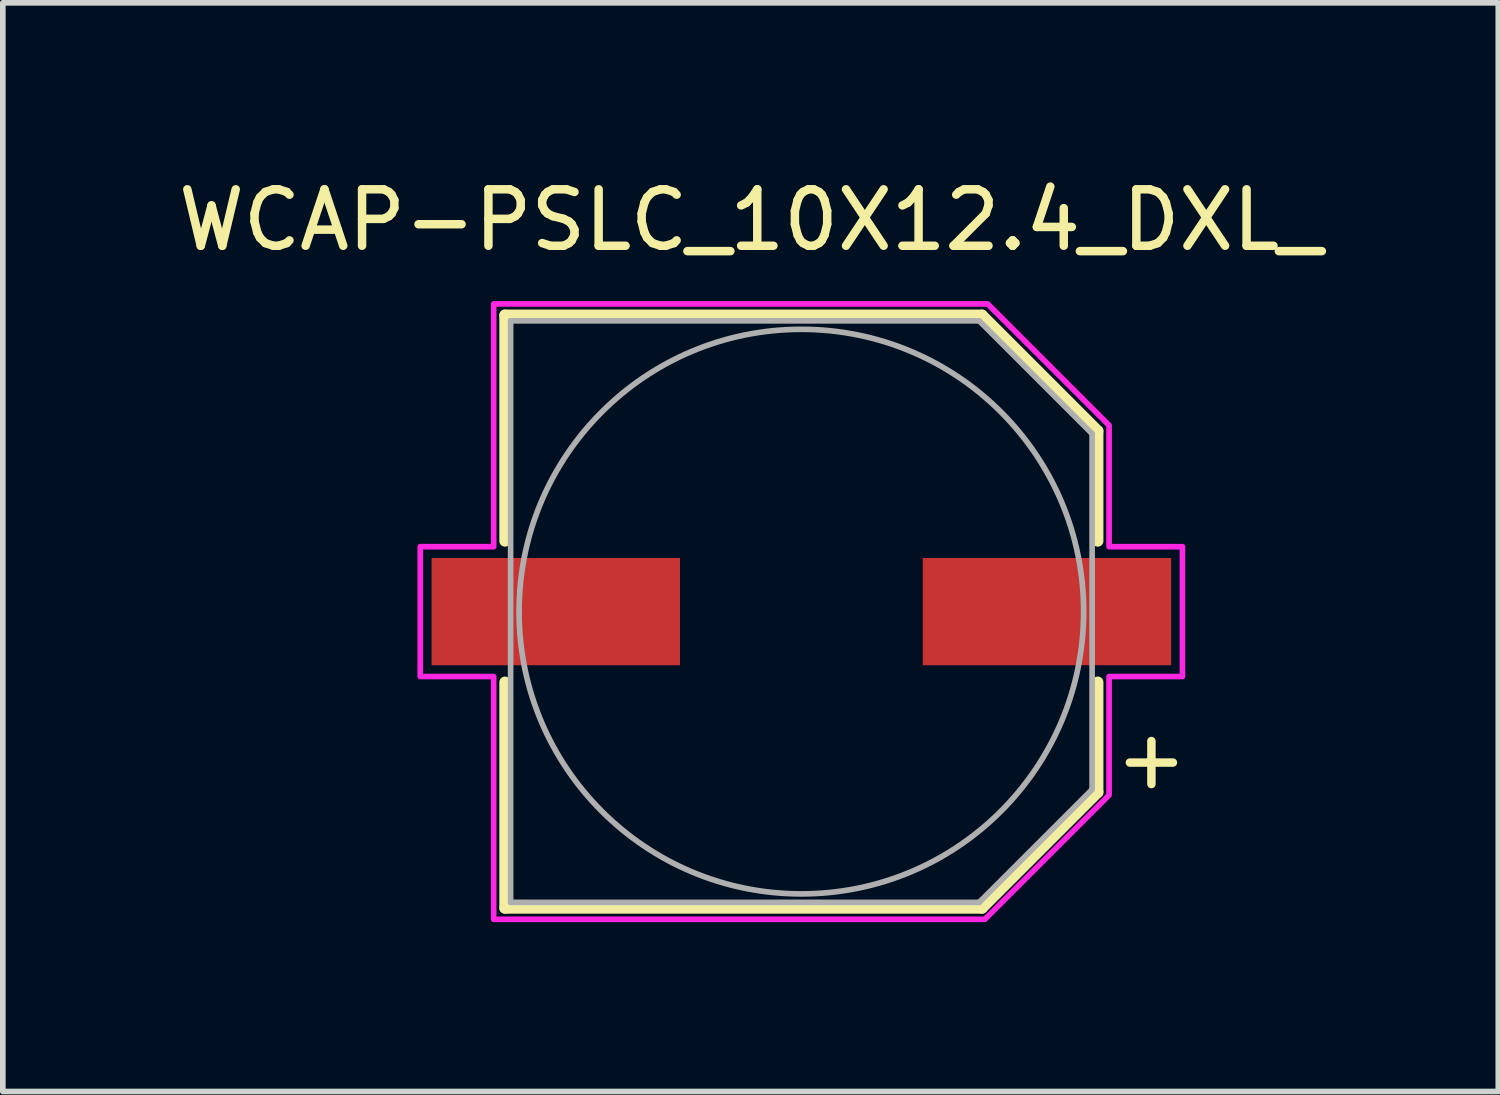
<source format=kicad_pcb>
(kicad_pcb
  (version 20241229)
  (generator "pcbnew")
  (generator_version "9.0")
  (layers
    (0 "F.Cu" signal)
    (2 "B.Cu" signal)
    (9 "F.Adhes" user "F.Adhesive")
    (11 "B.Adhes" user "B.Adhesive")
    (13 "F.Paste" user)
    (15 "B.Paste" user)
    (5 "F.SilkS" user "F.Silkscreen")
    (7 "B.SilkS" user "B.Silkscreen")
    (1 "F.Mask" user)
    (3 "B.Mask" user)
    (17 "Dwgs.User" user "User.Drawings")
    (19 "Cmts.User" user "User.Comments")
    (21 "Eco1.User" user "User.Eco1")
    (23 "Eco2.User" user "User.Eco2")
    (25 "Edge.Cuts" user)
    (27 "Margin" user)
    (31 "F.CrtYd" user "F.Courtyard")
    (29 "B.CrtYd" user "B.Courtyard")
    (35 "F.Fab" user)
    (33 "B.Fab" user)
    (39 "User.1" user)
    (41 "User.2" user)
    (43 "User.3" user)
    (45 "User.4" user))
  (footprint "WCAP-PSLC_10X12.4_DXL_"
    (layer "F.Cu")
    (at 11.144 7.783)
    (property "Reference" "WCAP-PSLC_10X12.4_DXL_" (at -0.9 -6.935 0) (layer "F.SilkS") (effects (font (size 1 1) (thickness 0.15))))
    (attr smd)
    (fp_line (start -5.25 -5.25) (end -5.25 -1.25) (stroke (width 0.2) (type solid)) (layer "F.SilkS"))
    (fp_line (start -5.25 -5.25) (end 3.2 -5.25) (stroke (width 0.2) (type solid)) (layer "F.SilkS"))
    (fp_line (start -5.25 5.25) (end -5.25 1.25) (stroke (width 0.2) (type solid)) (layer "F.SilkS"))
    (fp_line (start -5.25 5.25) (end 3.2 5.25) (stroke (width 0.2) (type solid)) (layer "F.SilkS"))
    (fp_line (start 3.2 -5.25) (end 5.25 -3.2) (stroke (width 0.2) (type solid)) (layer "F.SilkS"))
    (fp_line (start 3.2 5.25) (end 5.25 3.2) (stroke (width 0.2) (type solid)) (layer "F.SilkS"))
    (fp_line (start 5.25 -3.2) (end 5.25 -1.25) (stroke (width 0.2) (type solid)) (layer "F.SilkS"))
    (fp_line (start 5.25 3.2) (end 5.25 1.25) (stroke (width 0.2) (type solid)) (layer "F.SilkS"))
    (fp_poly (pts (xy 3.3 -5.45) (xy -5.45 -5.45) (xy -5.45 -1.15) (xy -6.75 -1.15) (xy -6.75 1.15) (xy -5.45 1.15) (xy -5.45 5.45) (xy 3.25 5.45) (xy 5.45 3.25) (xy 5.45 1.15) (xy 6.75 1.15) (xy 6.75 -1.15) (xy 5.45 -1.15) (xy 5.45 -3.3)) (stroke (width 0.1) (type solid)) (fill no) (layer "F.CrtYd"))
    (fp_line (start -5.15 -5.15) (end -5.15 5.15) (stroke (width 0.1) (type solid)) (layer "F.Fab"))
    (fp_line (start -5.15 5.15) (end 3.15 5.15) (stroke (width 0.1) (type solid)) (layer "F.Fab"))
    (fp_line (start 3.15 -5.15) (end -5.15 -5.15) (stroke (width 0.1) (type solid)) (layer "F.Fab"))
    (fp_line (start 3.15 5.15) (end 5.15 3.15) (stroke (width 0.1) (type solid)) (layer "F.Fab"))
    (fp_line (start 5.15 -3.15) (end 3.15 -5.15) (stroke (width 0.1) (type solid)) (layer "F.Fab"))
    (fp_line (start 5.15 3.15) (end 5.15 -3.15) (stroke (width 0.1) (type solid)) (layer "F.Fab"))
    (fp_circle (center 0 0) (end 5 0) (stroke (width 0.1) (type solid)) (fill no) (layer "F.Fab"))
    (fp_text user "+" (at 6.2 2.6 0) (layer "F.SilkS") (effects (font (size 1 1) (thickness 0.15))))
    (pad "1" smd rect (at 4.35 0) (size 4.4 1.9) (layers "F.Cu" "F.Mask" "F.Paste"))
    (pad "2" smd rect (at -4.35 0) (size 4.4 1.9) (layers "F.Cu" "F.Mask" "F.Paste")))
  (gr_rect
    (start -3 -3)
    (end 23.488 16.283)
    (stroke (width 0.1) (type default))
    (fill no)
    (layer "Edge.Cuts")))
</source>
